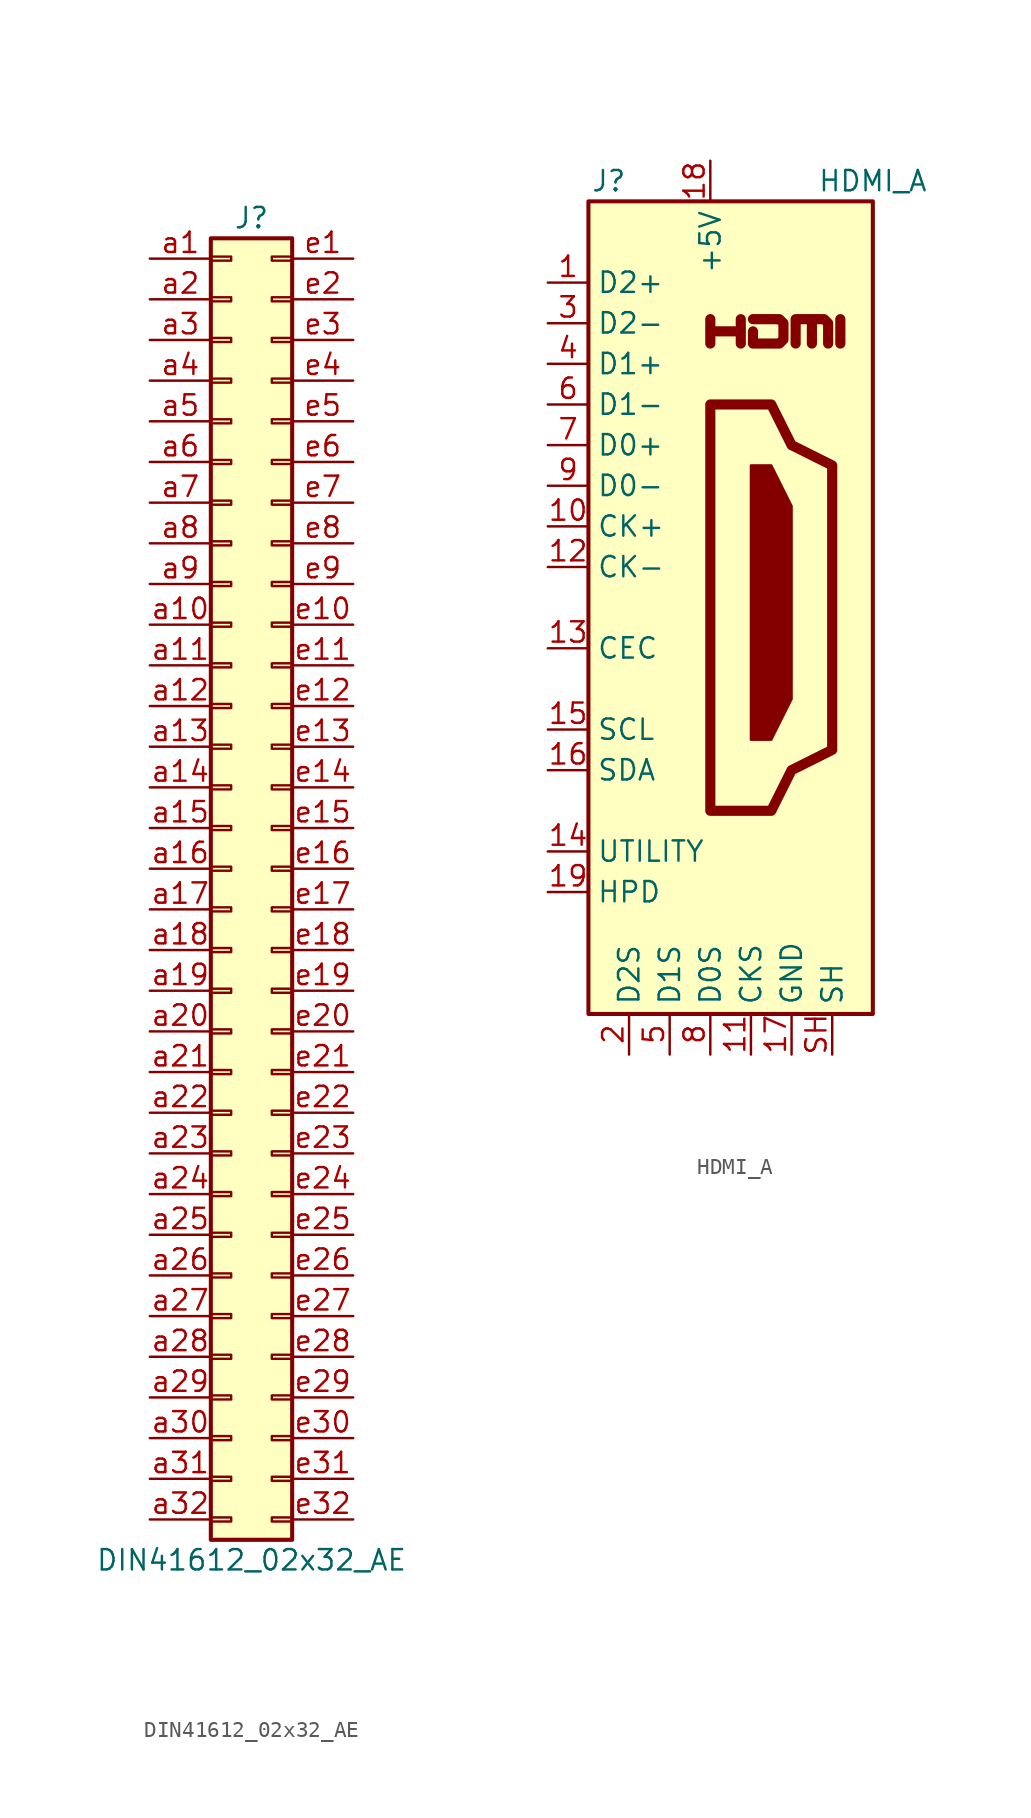
<source format=kicad_sym>
(kicad_symbol_lib
  (version 20241209)
  (generator "kicad_symbol_editor")
  (generator_version "9.0")
  (symbol "DIN41612_02x32_AE"
    (pin_names
      (offset 1.016)
      (hide yes))
    (property "Reference" "J"
      (at 1.27 40.64 0)
      (effects (font (size 1.27 1.27))))
    (property "Value" "DIN41612_02x32_AE"
      (at 1.27 -43.18 0)
      (effects (font (size 1.27 1.27))))
    (symbol "DIN41612_02x32_AE_1_1"
      (rectangle (start -1.27 39.37) (end 3.81 -41.91) (stroke (width 0.254) (type default)) (fill (type background)))
      (rectangle (start -1.27 38.227) (end 0 37.973) (stroke (width 0.152) (type default)) (fill (type none)))
      (rectangle (start -1.27 35.687) (end 0 35.433) (stroke (width 0.152) (type default)) (fill (type none)))
      (rectangle (start -1.27 33.147) (end 0 32.893) (stroke (width 0.152) (type default)) (fill (type none)))
      (rectangle (start -1.27 30.607) (end 0 30.353) (stroke (width 0.152) (type default)) (fill (type none)))
      (rectangle (start -1.27 28.067) (end 0 27.813) (stroke (width 0.152) (type default)) (fill (type none)))
      (rectangle (start -1.27 25.527) (end 0 25.273) (stroke (width 0.152) (type default)) (fill (type none)))
      (rectangle (start -1.27 22.987) (end 0 22.733) (stroke (width 0.152) (type default)) (fill (type none)))
      (rectangle (start -1.27 20.447) (end 0 20.193) (stroke (width 0.152) (type default)) (fill (type none)))
      (rectangle (start -1.27 17.907) (end 0 17.653) (stroke (width 0.152) (type default)) (fill (type none)))
      (rectangle (start -1.27 15.367) (end 0 15.113) (stroke (width 0.152) (type default)) (fill (type none)))
      (rectangle (start -1.27 12.827) (end 0 12.573) (stroke (width 0.152) (type default)) (fill (type none)))
      (rectangle (start -1.27 10.287) (end 0 10.033) (stroke (width 0.152) (type default)) (fill (type none)))
      (rectangle (start -1.27 7.747) (end 0 7.493) (stroke (width 0.152) (type default)) (fill (type none)))
      (rectangle (start -1.27 5.207) (end 0 4.953) (stroke (width 0.152) (type default)) (fill (type none)))
      (rectangle (start -1.27 2.667) (end 0 2.413) (stroke (width 0.152) (type default)) (fill (type none)))
      (rectangle (start -1.27 0.127) (end 0 -0.127) (stroke (width 0.152) (type default)) (fill (type none)))
      (rectangle (start -1.27 -2.413) (end 0 -2.667) (stroke (width 0.152) (type default)) (fill (type none)))
      (rectangle (start -1.27 -4.953) (end 0 -5.207) (stroke (width 0.152) (type default)) (fill (type none)))
      (rectangle (start -1.27 -7.493) (end 0 -7.747) (stroke (width 0.152) (type default)) (fill (type none)))
      (rectangle (start -1.27 -10.033) (end 0 -10.287) (stroke (width 0.152) (type default)) (fill (type none)))
      (rectangle (start -1.27 -12.573) (end 0 -12.827) (stroke (width 0.152) (type default)) (fill (type none)))
      (rectangle (start -1.27 -15.113) (end 0 -15.367) (stroke (width 0.152) (type default)) (fill (type none)))
      (rectangle (start -1.27 -17.653) (end 0 -17.907) (stroke (width 0.152) (type default)) (fill (type none)))
      (rectangle (start -1.27 -20.193) (end 0 -20.447) (stroke (width 0.152) (type default)) (fill (type none)))
      (rectangle (start -1.27 -22.733) (end 0 -22.987) (stroke (width 0.152) (type default)) (fill (type none)))
      (rectangle (start -1.27 -25.273) (end 0 -25.527) (stroke (width 0.152) (type default)) (fill (type none)))
      (rectangle (start -1.27 -27.813) (end 0 -28.067) (stroke (width 0.152) (type default)) (fill (type none)))
      (rectangle (start -1.27 -30.353) (end 0 -30.607) (stroke (width 0.152) (type default)) (fill (type none)))
      (rectangle (start -1.27 -32.893) (end 0 -33.147) (stroke (width 0.152) (type default)) (fill (type none)))
      (rectangle (start -1.27 -35.433) (end 0 -35.687) (stroke (width 0.152) (type default)) (fill (type none)))
      (rectangle (start -1.27 -37.973) (end 0 -38.227) (stroke (width 0.152) (type default)) (fill (type none)))
      (rectangle (start -1.27 -40.513) (end 0 -40.767) (stroke (width 0.152) (type default)) (fill (type none)))
      (rectangle (start 3.81 38.227) (end 2.54 37.973) (stroke (width 0.152) (type default)) (fill (type none)))
      (rectangle (start 3.81 35.687) (end 2.54 35.433) (stroke (width 0.152) (type default)) (fill (type none)))
      (rectangle (start 3.81 33.147) (end 2.54 32.893) (stroke (width 0.152) (type default)) (fill (type none)))
      (rectangle (start 3.81 30.607) (end 2.54 30.353) (stroke (width 0.152) (type default)) (fill (type none)))
      (rectangle (start 3.81 28.067) (end 2.54 27.813) (stroke (width 0.152) (type default)) (fill (type none)))
      (rectangle (start 3.81 25.527) (end 2.54 25.273) (stroke (width 0.152) (type default)) (fill (type none)))
      (rectangle (start 3.81 22.987) (end 2.54 22.733) (stroke (width 0.152) (type default)) (fill (type none)))
      (rectangle (start 3.81 20.447) (end 2.54 20.193) (stroke (width 0.152) (type default)) (fill (type none)))
      (rectangle (start 3.81 17.907) (end 2.54 17.653) (stroke (width 0.152) (type default)) (fill (type none)))
      (rectangle (start 3.81 15.367) (end 2.54 15.113) (stroke (width 0.152) (type default)) (fill (type none)))
      (rectangle (start 3.81 12.827) (end 2.54 12.573) (stroke (width 0.152) (type default)) (fill (type none)))
      (rectangle (start 3.81 10.287) (end 2.54 10.033) (stroke (width 0.152) (type default)) (fill (type none)))
      (rectangle (start 3.81 7.747) (end 2.54 7.493) (stroke (width 0.152) (type default)) (fill (type none)))
      (rectangle (start 3.81 5.207) (end 2.54 4.953) (stroke (width 0.152) (type default)) (fill (type none)))
      (rectangle (start 3.81 2.667) (end 2.54 2.413) (stroke (width 0.152) (type default)) (fill (type none)))
      (rectangle (start 3.81 0.127) (end 2.54 -0.127) (stroke (width 0.152) (type default)) (fill (type none)))
      (rectangle (start 3.81 -2.413) (end 2.54 -2.667) (stroke (width 0.152) (type default)) (fill (type none)))
      (rectangle (start 3.81 -4.953) (end 2.54 -5.207) (stroke (width 0.152) (type default)) (fill (type none)))
      (rectangle (start 3.81 -7.493) (end 2.54 -7.747) (stroke (width 0.152) (type default)) (fill (type none)))
      (rectangle (start 3.81 -10.033) (end 2.54 -10.287) (stroke (width 0.152) (type default)) (fill (type none)))
      (rectangle (start 3.81 -12.573) (end 2.54 -12.827) (stroke (width 0.152) (type default)) (fill (type none)))
      (rectangle (start 3.81 -15.113) (end 2.54 -15.367) (stroke (width 0.152) (type default)) (fill (type none)))
      (rectangle (start 3.81 -17.653) (end 2.54 -17.907) (stroke (width 0.152) (type default)) (fill (type none)))
      (rectangle (start 3.81 -20.193) (end 2.54 -20.447) (stroke (width 0.152) (type default)) (fill (type none)))
      (rectangle (start 3.81 -22.733) (end 2.54 -22.987) (stroke (width 0.152) (type default)) (fill (type none)))
      (rectangle (start 3.81 -25.273) (end 2.54 -25.527) (stroke (width 0.152) (type default)) (fill (type none)))
      (rectangle (start 3.81 -27.813) (end 2.54 -28.067) (stroke (width 0.152) (type default)) (fill (type none)))
      (rectangle (start 3.81 -30.353) (end 2.54 -30.607) (stroke (width 0.152) (type default)) (fill (type none)))
      (rectangle (start 3.81 -32.893) (end 2.54 -33.147) (stroke (width 0.152) (type default)) (fill (type none)))
      (rectangle (start 3.81 -35.433) (end 2.54 -35.687) (stroke (width 0.152) (type default)) (fill (type none)))
      (rectangle (start 3.81 -37.973) (end 2.54 -38.227) (stroke (width 0.152) (type default)) (fill (type none)))
      (rectangle (start 3.81 -40.513) (end 2.54 -40.767) (stroke (width 0.152) (type default)) (fill (type none)))
      (pin passive line (at -5.08 38.1 0) (length 3.81) (name "Pin_a1" (effects (font (size 1.27 1.27)))) (number "a1" (effects (font (size 1.27 1.27)))))
      (pin passive line (at -5.08 35.56 0) (length 3.81) (name "Pin_a2" (effects (font (size 1.27 1.27)))) (number "a2" (effects (font (size 1.27 1.27)))))
      (pin passive line (at -5.08 33.02 0) (length 3.81) (name "Pin_a3" (effects (font (size 1.27 1.27)))) (number "a3" (effects (font (size 1.27 1.27)))))
      (pin passive line (at -5.08 30.48 0) (length 3.81) (name "Pin_a4" (effects (font (size 1.27 1.27)))) (number "a4" (effects (font (size 1.27 1.27)))))
      (pin passive line (at -5.08 27.94 0) (length 3.81) (name "Pin_a5" (effects (font (size 1.27 1.27)))) (number "a5" (effects (font (size 1.27 1.27)))))
      (pin passive line (at -5.08 25.4 0) (length 3.81) (name "Pin_a6" (effects (font (size 1.27 1.27)))) (number "a6" (effects (font (size 1.27 1.27)))))
      (pin passive line (at -5.08 22.86 0) (length 3.81) (name "Pin_a7" (effects (font (size 1.27 1.27)))) (number "a7" (effects (font (size 1.27 1.27)))))
      (pin passive line (at -5.08 20.32 0) (length 3.81) (name "Pin_a8" (effects (font (size 1.27 1.27)))) (number "a8" (effects (font (size 1.27 1.27)))))
      (pin passive line (at -5.08 17.78 0) (length 3.81) (name "Pin_a9" (effects (font (size 1.27 1.27)))) (number "a9" (effects (font (size 1.27 1.27)))))
      (pin passive line (at -5.08 15.24 0) (length 3.81) (name "Pin_a10" (effects (font (size 1.27 1.27)))) (number "a10" (effects (font (size 1.27 1.27)))))
      (pin passive line (at -5.08 12.7 0) (length 3.81) (name "Pin_a11" (effects (font (size 1.27 1.27)))) (number "a11" (effects (font (size 1.27 1.27)))))
      (pin passive line (at -5.08 10.16 0) (length 3.81) (name "Pin_a12" (effects (font (size 1.27 1.27)))) (number "a12" (effects (font (size 1.27 1.27)))))
      (pin passive line (at -5.08 7.62 0) (length 3.81) (name "Pin_a13" (effects (font (size 1.27 1.27)))) (number "a13" (effects (font (size 1.27 1.27)))))
      (pin passive line (at -5.08 5.08 0) (length 3.81) (name "Pin_a14" (effects (font (size 1.27 1.27)))) (number "a14" (effects (font (size 1.27 1.27)))))
      (pin passive line (at -5.08 2.54 0) (length 3.81) (name "Pin_a15" (effects (font (size 1.27 1.27)))) (number "a15" (effects (font (size 1.27 1.27)))))
      (pin passive line (at -5.08 0 0) (length 3.81) (name "Pin_a16" (effects (font (size 1.27 1.27)))) (number "a16" (effects (font (size 1.27 1.27)))))
      (pin passive line (at -5.08 -2.54 0) (length 3.81) (name "Pin_a17" (effects (font (size 1.27 1.27)))) (number "a17" (effects (font (size 1.27 1.27)))))
      (pin passive line (at -5.08 -5.08 0) (length 3.81) (name "Pin_a18" (effects (font (size 1.27 1.27)))) (number "a18" (effects (font (size 1.27 1.27)))))
      (pin passive line (at -5.08 -7.62 0) (length 3.81) (name "Pin_a19" (effects (font (size 1.27 1.27)))) (number "a19" (effects (font (size 1.27 1.27)))))
      (pin passive line (at -5.08 -10.16 0) (length 3.81) (name "Pin_a20" (effects (font (size 1.27 1.27)))) (number "a20" (effects (font (size 1.27 1.27)))))
      (pin passive line (at -5.08 -12.7 0) (length 3.81) (name "Pin_a21" (effects (font (size 1.27 1.27)))) (number "a21" (effects (font (size 1.27 1.27)))))
      (pin passive line (at -5.08 -15.24 0) (length 3.81) (name "Pin_a22" (effects (font (size 1.27 1.27)))) (number "a22" (effects (font (size 1.27 1.27)))))
      (pin passive line (at -5.08 -17.78 0) (length 3.81) (name "Pin_a23" (effects (font (size 1.27 1.27)))) (number "a23" (effects (font (size 1.27 1.27)))))
      (pin passive line (at -5.08 -20.32 0) (length 3.81) (name "Pin_a24" (effects (font (size 1.27 1.27)))) (number "a24" (effects (font (size 1.27 1.27)))))
      (pin passive line (at -5.08 -22.86 0) (length 3.81) (name "Pin_a25" (effects (font (size 1.27 1.27)))) (number "a25" (effects (font (size 1.27 1.27)))))
      (pin passive line (at -5.08 -25.4 0) (length 3.81) (name "Pin_a26" (effects (font (size 1.27 1.27)))) (number "a26" (effects (font (size 1.27 1.27)))))
      (pin passive line (at -5.08 -27.94 0) (length 3.81) (name "Pin_a27" (effects (font (size 1.27 1.27)))) (number "a27" (effects (font (size 1.27 1.27)))))
      (pin passive line (at -5.08 -30.48 0) (length 3.81) (name "Pin_a28" (effects (font (size 1.27 1.27)))) (number "a28" (effects (font (size 1.27 1.27)))))
      (pin passive line (at -5.08 -33.02 0) (length 3.81) (name "Pin_a29" (effects (font (size 1.27 1.27)))) (number "a29" (effects (font (size 1.27 1.27)))))
      (pin passive line (at -5.08 -35.56 0) (length 3.81) (name "Pin_a30" (effects (font (size 1.27 1.27)))) (number "a30" (effects (font (size 1.27 1.27)))))
      (pin passive line (at -5.08 -38.1 0) (length 3.81) (name "Pin_a31" (effects (font (size 1.27 1.27)))) (number "a31" (effects (font (size 1.27 1.27)))))
      (pin passive line (at -5.08 -40.64 0) (length 3.81) (name "Pin_a32" (effects (font (size 1.27 1.27)))) (number "a32" (effects (font (size 1.27 1.27)))))
      (pin passive line (at 7.62 38.1 180) (length 3.81) (name "Pin_e1" (effects (font (size 1.27 1.27)))) (number "e1" (effects (font (size 1.27 1.27)))))
      (pin passive line (at 7.62 35.56 180) (length 3.81) (name "Pin_e2" (effects (font (size 1.27 1.27)))) (number "e2" (effects (font (size 1.27 1.27)))))
      (pin passive line (at 7.62 33.02 180) (length 3.81) (name "Pin_e3" (effects (font (size 1.27 1.27)))) (number "e3" (effects (font (size 1.27 1.27)))))
      (pin passive line (at 7.62 30.48 180) (length 3.81) (name "Pin_e4" (effects (font (size 1.27 1.27)))) (number "e4" (effects (font (size 1.27 1.27)))))
      (pin passive line (at 7.62 27.94 180) (length 3.81) (name "Pin_e5" (effects (font (size 1.27 1.27)))) (number "e5" (effects (font (size 1.27 1.27)))))
      (pin passive line (at 7.62 25.4 180) (length 3.81) (name "Pin_e6" (effects (font (size 1.27 1.27)))) (number "e6" (effects (font (size 1.27 1.27)))))
      (pin passive line (at 7.62 22.86 180) (length 3.81) (name "Pin_e7" (effects (font (size 1.27 1.27)))) (number "e7" (effects (font (size 1.27 1.27)))))
      (pin passive line (at 7.62 20.32 180) (length 3.81) (name "Pin_e8" (effects (font (size 1.27 1.27)))) (number "e8" (effects (font (size 1.27 1.27)))))
      (pin passive line (at 7.62 17.78 180) (length 3.81) (name "Pin_e9" (effects (font (size 1.27 1.27)))) (number "e9" (effects (font (size 1.27 1.27)))))
      (pin passive line (at 7.62 15.24 180) (length 3.81) (name "Pin_e10" (effects (font (size 1.27 1.27)))) (number "e10" (effects (font (size 1.27 1.27)))))
      (pin passive line (at 7.62 12.7 180) (length 3.81) (name "Pin_e11" (effects (font (size 1.27 1.27)))) (number "e11" (effects (font (size 1.27 1.27)))))
      (pin passive line (at 7.62 10.16 180) (length 3.81) (name "Pin_e12" (effects (font (size 1.27 1.27)))) (number "e12" (effects (font (size 1.27 1.27)))))
      (pin passive line (at 7.62 7.62 180) (length 3.81) (name "Pin_e13" (effects (font (size 1.27 1.27)))) (number "e13" (effects (font (size 1.27 1.27)))))
      (pin passive line (at 7.62 5.08 180) (length 3.81) (name "Pin_e14" (effects (font (size 1.27 1.27)))) (number "e14" (effects (font (size 1.27 1.27)))))
      (pin passive line (at 7.62 2.54 180) (length 3.81) (name "Pin_e15" (effects (font (size 1.27 1.27)))) (number "e15" (effects (font (size 1.27 1.27)))))
      (pin passive line (at 7.62 0 180) (length 3.81) (name "Pin_e16" (effects (font (size 1.27 1.27)))) (number "e16" (effects (font (size 1.27 1.27)))))
      (pin passive line (at 7.62 -2.54 180) (length 3.81) (name "Pin_e17" (effects (font (size 1.27 1.27)))) (number "e17" (effects (font (size 1.27 1.27)))))
      (pin passive line (at 7.62 -5.08 180) (length 3.81) (name "Pin_e18" (effects (font (size 1.27 1.27)))) (number "e18" (effects (font (size 1.27 1.27)))))
      (pin passive line (at 7.62 -7.62 180) (length 3.81) (name "Pin_e19" (effects (font (size 1.27 1.27)))) (number "e19" (effects (font (size 1.27 1.27)))))
      (pin passive line (at 7.62 -10.16 180) (length 3.81) (name "Pin_e20" (effects (font (size 1.27 1.27)))) (number "e20" (effects (font (size 1.27 1.27)))))
      (pin passive line (at 7.62 -12.7 180) (length 3.81) (name "Pin_e21" (effects (font (size 1.27 1.27)))) (number "e21" (effects (font (size 1.27 1.27)))))
      (pin passive line (at 7.62 -15.24 180) (length 3.81) (name "Pin_e22" (effects (font (size 1.27 1.27)))) (number "e22" (effects (font (size 1.27 1.27)))))
      (pin passive line (at 7.62 -17.78 180) (length 3.81) (name "Pin_e23" (effects (font (size 1.27 1.27)))) (number "e23" (effects (font (size 1.27 1.27)))))
      (pin passive line (at 7.62 -20.32 180) (length 3.81) (name "Pin_e24" (effects (font (size 1.27 1.27)))) (number "e24" (effects (font (size 1.27 1.27)))))
      (pin passive line (at 7.62 -22.86 180) (length 3.81) (name "Pin_e25" (effects (font (size 1.27 1.27)))) (number "e25" (effects (font (size 1.27 1.27)))))
      (pin passive line (at 7.62 -25.4 180) (length 3.81) (name "Pin_e26" (effects (font (size 1.27 1.27)))) (number "e26" (effects (font (size 1.27 1.27)))))
      (pin passive line (at 7.62 -27.94 180) (length 3.81) (name "Pin_e27" (effects (font (size 1.27 1.27)))) (number "e27" (effects (font (size 1.27 1.27)))))
      (pin passive line (at 7.62 -30.48 180) (length 3.81) (name "Pin_e28" (effects (font (size 1.27 1.27)))) (number "e28" (effects (font (size 1.27 1.27)))))
      (pin passive line (at 7.62 -33.02 180) (length 3.81) (name "Pin_e29" (effects (font (size 1.27 1.27)))) (number "e29" (effects (font (size 1.27 1.27)))))
      (pin passive line (at 7.62 -35.56 180) (length 3.81) (name "Pin_e30" (effects (font (size 1.27 1.27)))) (number "e30" (effects (font (size 1.27 1.27)))))
      (pin passive line (at 7.62 -38.1 180) (length 3.81) (name "Pin_e31" (effects (font (size 1.27 1.27)))) (number "e31" (effects (font (size 1.27 1.27)))))
      (pin passive line (at 7.62 -40.64 180) (length 3.81) (name "Pin_e32" (effects (font (size 1.27 1.27)))) (number "e32" (effects (font (size 1.27 1.27)))))))
  (symbol "HDMI_A"
    (property "Reference" "J"
      (at -6.35 26.67 0)
      (effects (font (size 1.27 1.27))))
    (property "Value" "HDMI_A"
      (at 10.16 26.67 0)
      (effects (font (size 1.27 1.27))))
    (symbol "HDMI_A_0_0"
      (polyline (pts (xy 0 16.51) (xy 0 18.034) (xy 0 17.272) (xy 1.905 17.272) (xy 1.905 18.034) (xy 1.905 16.51)) (stroke (width 0.635) (type default)) (fill (type none)))
      (polyline (pts (xy 2.667 18.034) (xy 4.318 18.034) (xy 4.572 17.78) (xy 4.572 16.764) (xy 4.318 16.51) (xy 2.667 16.51) (xy 2.667 17.272)) (stroke (width 0.635) (type default)) (fill (type none)))
      (polyline (pts (xy 8.128 16.51) (xy 8.128 18.034)) (stroke (width 0.635) (type default)) (fill (type none))))
    (symbol "HDMI_A_0_1"
      (rectangle (start -7.62 25.4) (end 10.16 -25.4) (stroke (width 0.254) (type default)) (fill (type background)))
      (polyline (pts (xy 0 12.7) (xy 0 -12.7) (xy 3.81 -12.7) (xy 5.08 -10.16) (xy 7.62 -8.89) (xy 7.62 8.89) (xy 5.08 10.16) (xy 3.81 12.7) (xy 0 12.7)) (stroke (width 0.635) (type default)) (fill (type none)))
      (polyline (pts (xy 2.54 8.89) (xy 3.81 8.89) (xy 5.08 6.35) (xy 5.08 -5.715) (xy 3.81 -8.255) (xy 2.54 -8.255) (xy 2.54 8.89)) (stroke (width 0) (type default)) (fill (type outline)))
      (polyline (pts (xy 5.334 16.51) (xy 5.334 18.034) (xy 6.35 18.034) (xy 6.35 16.51) (xy 6.35 18.034) (xy 7.112 18.034) (xy 7.366 17.78) (xy 7.366 16.51)) (stroke (width 0.635) (type default)) (fill (type none))))
    (symbol "HDMI_A_1_1"
      (pin passive line (at -10.16 20.32 0) (length 2.54) (name "D2+" (effects (font (size 1.27 1.27)))) (number "1" (effects (font (size 1.27 1.27)))))
      (pin passive line (at -10.16 17.78 0) (length 2.54) (name "D2-" (effects (font (size 1.27 1.27)))) (number "3" (effects (font (size 1.27 1.27)))))
      (pin passive line (at -10.16 15.24 0) (length 2.54) (name "D1+" (effects (font (size 1.27 1.27)))) (number "4" (effects (font (size 1.27 1.27)))))
      (pin passive line (at -10.16 12.7 0) (length 2.54) (name "D1-" (effects (font (size 1.27 1.27)))) (number "6" (effects (font (size 1.27 1.27)))))
      (pin passive line (at -10.16 10.16 0) (length 2.54) (name "D0+" (effects (font (size 1.27 1.27)))) (number "7" (effects (font (size 1.27 1.27)))))
      (pin passive line (at -10.16 7.62 0) (length 2.54) (name "D0-" (effects (font (size 1.27 1.27)))) (number "9" (effects (font (size 1.27 1.27)))))
      (pin passive line (at -10.16 5.08 0) (length 2.54) (name "CK+" (effects (font (size 1.27 1.27)))) (number "10" (effects (font (size 1.27 1.27)))))
      (pin passive line (at -10.16 2.54 0) (length 2.54) (name "CK-" (effects (font (size 1.27 1.27)))) (number "12" (effects (font (size 1.27 1.27)))))
      (pin bidirectional line (at -10.16 -2.54 0) (length 2.54) (name "CEC" (effects (font (size 1.27 1.27)))) (number "13" (effects (font (size 1.27 1.27)))))
      (pin passive line (at -10.16 -7.62 0) (length 2.54) (name "SCL" (effects (font (size 1.27 1.27)))) (number "15" (effects (font (size 1.27 1.27)))))
      (pin bidirectional line (at -10.16 -10.16 0) (length 2.54) (name "SDA" (effects (font (size 1.27 1.27)))) (number "16" (effects (font (size 1.27 1.27)))))
      (pin passive line (at -10.16 -15.24 0) (length 2.54) (name "UTILITY" (effects (font (size 1.27 1.27)))) (number "14" (effects (font (size 1.27 1.27)))))
      (pin passive line (at -10.16 -17.78 0) (length 2.54) (name "HPD" (effects (font (size 1.27 1.27)))) (number "19" (effects (font (size 1.27 1.27)))))
      (pin power_in line (at -5.08 -27.94 90) (length 2.54) (name "D2S" (effects (font (size 1.27 1.27)))) (number "2" (effects (font (size 1.27 1.27)))))
      (pin power_in line (at -2.54 -27.94 90) (length 2.54) (name "D1S" (effects (font (size 1.27 1.27)))) (number "5" (effects (font (size 1.27 1.27)))))
      (pin power_in line (at 0 27.94 270) (length 2.54) (name "+5V" (effects (font (size 1.27 1.27)))) (number "18" (effects (font (size 1.27 1.27)))))
      (pin power_in line (at 0 -27.94 90) (length 2.54) (name "D0S" (effects (font (size 1.27 1.27)))) (number "8" (effects (font (size 1.27 1.27)))))
      (pin power_in line (at 2.54 -27.94 90) (length 2.54) (name "CKS" (effects (font (size 1.27 1.27)))) (number "11" (effects (font (size 1.27 1.27)))))
      (pin power_in line (at 5.08 -27.94 90) (length 2.54) (name "GND" (effects (font (size 1.27 1.27)))) (number "17" (effects (font (size 1.27 1.27)))))
      (pin passive line (at 7.62 -27.94 90) (length 2.54) (name "SH" (effects (font (size 1.27 1.27)))) (number "SH" (effects (font (size 1.27 1.27))))))))
</source>
